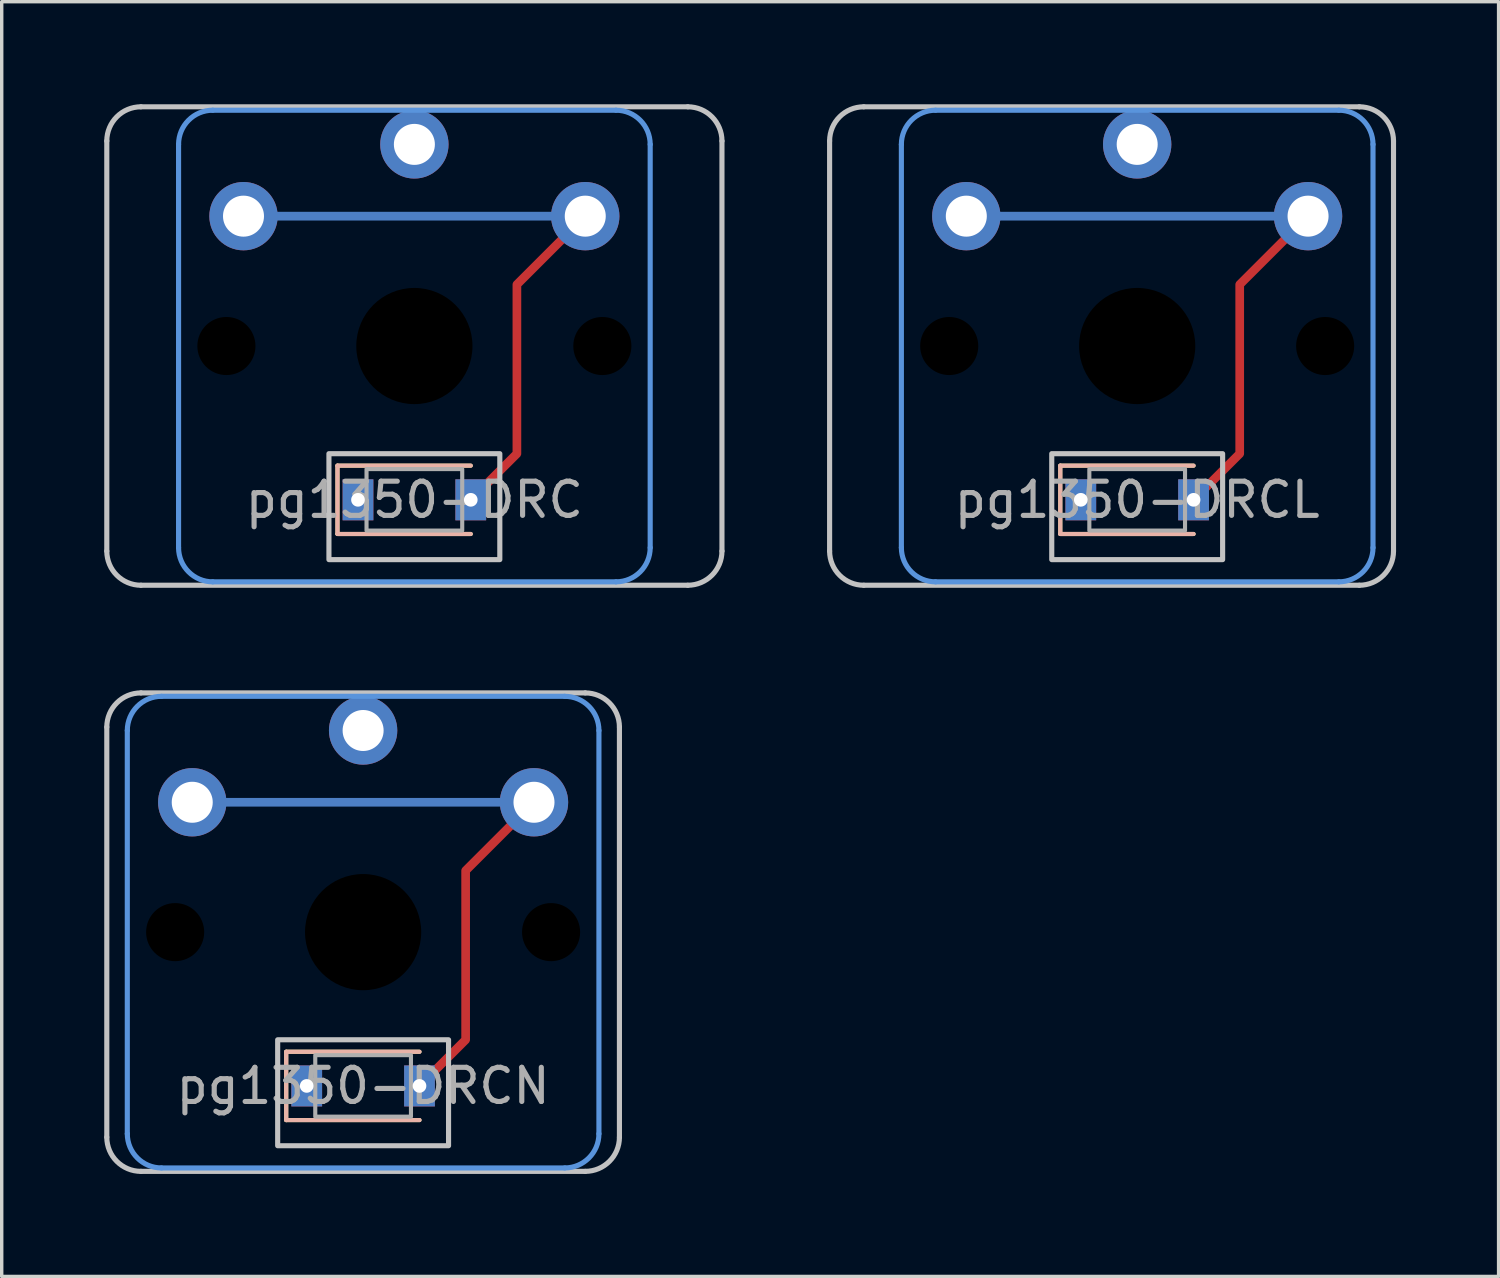
<source format=kicad_pcb>
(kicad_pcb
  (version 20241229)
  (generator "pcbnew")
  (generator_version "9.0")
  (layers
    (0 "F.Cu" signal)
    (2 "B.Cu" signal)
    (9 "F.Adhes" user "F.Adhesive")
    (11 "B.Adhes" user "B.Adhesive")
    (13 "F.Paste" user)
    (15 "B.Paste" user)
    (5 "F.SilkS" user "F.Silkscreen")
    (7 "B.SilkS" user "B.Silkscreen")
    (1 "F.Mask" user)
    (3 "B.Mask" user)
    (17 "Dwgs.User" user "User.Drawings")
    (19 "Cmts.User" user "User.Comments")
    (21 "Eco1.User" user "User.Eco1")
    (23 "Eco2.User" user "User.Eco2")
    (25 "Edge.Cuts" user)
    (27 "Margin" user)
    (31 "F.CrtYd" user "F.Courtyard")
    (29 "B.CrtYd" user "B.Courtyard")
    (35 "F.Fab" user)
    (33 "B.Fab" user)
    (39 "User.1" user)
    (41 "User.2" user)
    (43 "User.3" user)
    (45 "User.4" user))
  (footprint "pg1350-DRCL"
    (layer "F.Cu")
    (at 30.225 11.575)
    (property "Reference" "pg1350-DRCL" (at 0 0 0) (layer "F.Fab") (effects (font (size 1 1) (thickness 0.15))))
    (attr smd)
    (fp_line (start -2.25 -1) (end -2.25 1) (stroke (width 0.12) (type solid)) (layer "F.SilkS"))
    (fp_line (start -2.25 1) (end 1.65 1) (stroke (width 0.12) (type solid)) (layer "F.SilkS"))
    (fp_line (start 1.65 -1) (end -2.25 -1) (stroke (width 0.12) (type solid)) (layer "F.SilkS"))
    (fp_line (start -2.25 -1) (end -2.25 1) (stroke (width 0.12) (type solid)) (layer "B.SilkS"))
    (fp_line (start -2.25 1) (end 1.65 1) (stroke (width 0.12) (type solid)) (layer "B.SilkS"))
    (fp_line (start 1.65 -1) (end -2.25 -1) (stroke (width 0.12) (type solid)) (layer "B.SilkS"))
    (fp_line (start -9 1.5) (end -9 -10.5) (stroke (width 0.15) (type solid)) (layer "Dwgs.User"))
    (fp_line (start -8 -11.5) (end 6.5 -11.5) (stroke (width 0.15) (type solid)) (layer "Dwgs.User"))
    (fp_line (start 6.5 2.5) (end -8 2.5) (stroke (width 0.15) (type solid)) (layer "Dwgs.User"))
    (fp_line (start 7.5 -10.5) (end 7.5 1.5) (stroke (width 0.15) (type solid)) (layer "Dwgs.User"))
    (fp_rect (start 2.5 1.75) (end -2.5 -1.35) (stroke (width 0.15) (type solid)) (fill no) (layer "Dwgs.User"))
    (fp_arc (start -9 -10.5) (mid -8.707107 -11.207107) (end -8 -11.5) (stroke (width 0.15) (type solid)) (layer "Dwgs.User"))
    (fp_arc (start -8 2.5) (mid -8.707107 2.207107) (end -9 1.5) (stroke (width 0.15) (type solid)) (layer "Dwgs.User"))
    (fp_arc (start 6.5 -11.5) (mid 7.207107 -11.207107) (end 7.5 -10.5) (stroke (width 0.15) (type solid)) (layer "Dwgs.User"))
    (fp_arc (start 7.5 1.5) (mid 7.207107 2.207107) (end 6.5 2.5) (stroke (width 0.15) (type solid)) (layer "Dwgs.User"))
    (fp_line (start -6.9 1.4) (end -6.9 -10.4) (stroke (width 0.15) (type solid)) (layer "Cmts.User"))
    (fp_line (start -5.9 -11.4) (end 5.9 -11.4) (stroke (width 0.15) (type solid)) (layer "Cmts.User"))
    (fp_line (start 5.9 2.4) (end -5.9 2.4) (stroke (width 0.15) (type solid)) (layer "Cmts.User"))
    (fp_line (start 6.9 -10.4) (end 6.9 1.4) (stroke (width 0.15) (type solid)) (layer "Cmts.User"))
    (fp_arc (start -6.9 -10.4) (mid -6.607107 -11.107107) (end -5.9 -11.4) (stroke (width 0.15) (type solid)) (layer "Cmts.User"))
    (fp_arc (start -5.9 2.4) (mid -6.607107 2.107107) (end -6.9 1.4) (stroke (width 0.15) (type solid)) (layer "Cmts.User"))
    (fp_arc (start 5.9 -11.4) (mid 6.607107 -11.107107) (end 6.9 -10.4) (stroke (width 0.15) (type solid)) (layer "Cmts.User"))
    (fp_arc (start 6.9 1.4) (mid 6.607107 2.107107) (end 5.9 2.4) (stroke (width 0.15) (type solid)) (layer "Cmts.User"))
    (fp_rect (start 1.4 0.9) (end -1.4 -0.9) (stroke (width 0.12) (type solid)) (fill no) (layer "F.Fab"))
    (pad "" np_thru_hole circle (at -5.5 -4.5) (size 1.7 1.7) (drill 1.7) (layers "*.Mask"))
    (pad "" np_thru_hole circle (at 0 -4.5) (size 3.4 3.4) (drill 3.4) (layers "*.Mask"))
    (pad "" np_thru_hole circle (at 5.5 -4.5) (size 1.7 1.7) (drill 1.7) (layers "*.Mask"))
    (pad "1" thru_hole circle (at 0 -10.4) (size 2 2) (drill 1.2) (layers "*.Cu" "*.Mask"))
    (pad "2" thru_hole rect (at -1.65 0) (size 0.9 1.2) (drill 0.4) (layers "*.Cu" "*.Mask"))
    (pad "3" smd custom (at -5 -8.3) (size 0.254 0.254) (layers "B.Cu") (options (anchor circle)) (primitives (gr_line (start 0 0) (end 10 0) (width 0.254))))
    (pad "3" thru_hole circle (at -5 -8.3) (size 2 2) (drill 1.2) (layers "*.Cu" "F.Mask"))
    (pad "3" smd custom (at 1.65 0) (size 0.254 0.254) (layers "F.Cu") (options (anchor circle)) (primitives (gr_line (start 3.35 -8.3) (end 1.35 -6.3) (width 0.254)) (gr_line (start 1.35 -6.3) (end 1.35 -1.35) (width 0.254)) (gr_line (start 1.35 -1.35) (end 0 0) (width 0.254))))
    (pad "3" thru_hole rect (at 1.65 0) (size 0.9 1.2) (drill 0.4) (layers "*.Cu" "*.Mask"))
    (pad "3" thru_hole circle (at 5 -8.3) (size 2 2) (drill 1.2) (layers "*.Cu" "B.Mask")))
  (footprint "pg1350-DRCN"
    (layer "F.Cu")
    (at 7.575 28.725)
    (property "Reference" "pg1350-DRCN" (at 0 0 0) (layer "F.Fab") (effects (font (size 1 1) (thickness 0.15))))
    (attr smd)
    (fp_line (start -2.25 -1) (end -2.25 1) (stroke (width 0.12) (type solid)) (layer "F.SilkS"))
    (fp_line (start -2.25 1) (end 1.65 1) (stroke (width 0.12) (type solid)) (layer "F.SilkS"))
    (fp_line (start 1.65 -1) (end -2.25 -1) (stroke (width 0.12) (type solid)) (layer "F.SilkS"))
    (fp_line (start -2.25 -1) (end -2.25 1) (stroke (width 0.12) (type solid)) (layer "B.SilkS"))
    (fp_line (start -2.25 1) (end 1.65 1) (stroke (width 0.12) (type solid)) (layer "B.SilkS"))
    (fp_line (start 1.65 -1) (end -2.25 -1) (stroke (width 0.12) (type solid)) (layer "B.SilkS"))
    (fp_line (start -7.5 1.5) (end -7.5 -10.5) (stroke (width 0.15) (type solid)) (layer "Dwgs.User"))
    (fp_line (start -6.5 -11.5) (end 6.5 -11.5) (stroke (width 0.15) (type solid)) (layer "Dwgs.User"))
    (fp_line (start 6.5 2.5) (end -6.5 2.5) (stroke (width 0.15) (type solid)) (layer "Dwgs.User"))
    (fp_line (start 7.5 -10.5) (end 7.5 1.5) (stroke (width 0.15) (type solid)) (layer "Dwgs.User"))
    (fp_rect (start 2.5 1.75) (end -2.5 -1.35) (stroke (width 0.15) (type solid)) (fill no) (layer "Dwgs.User"))
    (fp_arc (start -7.5 -10.5) (mid -7.207107 -11.207107) (end -6.5 -11.5) (stroke (width 0.15) (type solid)) (layer "Dwgs.User"))
    (fp_arc (start -6.5 2.5) (mid -7.207107 2.207107) (end -7.5 1.5) (stroke (width 0.15) (type solid)) (layer "Dwgs.User"))
    (fp_arc (start 6.5 -11.5) (mid 7.207107 -11.207107) (end 7.5 -10.5) (stroke (width 0.15) (type solid)) (layer "Dwgs.User"))
    (fp_arc (start 7.5 1.5) (mid 7.207107 2.207107) (end 6.5 2.5) (stroke (width 0.15) (type solid)) (layer "Dwgs.User"))
    (fp_line (start -6.9 1.4) (end -6.9 -10.4) (stroke (width 0.15) (type solid)) (layer "Cmts.User"))
    (fp_line (start -5.9 -11.4) (end 5.9 -11.4) (stroke (width 0.15) (type solid)) (layer "Cmts.User"))
    (fp_line (start 5.9 2.4) (end -5.9 2.4) (stroke (width 0.15) (type solid)) (layer "Cmts.User"))
    (fp_line (start 6.9 -10.4) (end 6.9 1.4) (stroke (width 0.15) (type solid)) (layer "Cmts.User"))
    (fp_arc (start -6.9 -10.4) (mid -6.607107 -11.107107) (end -5.9 -11.4) (stroke (width 0.15) (type solid)) (layer "Cmts.User"))
    (fp_arc (start -5.9 2.4) (mid -6.607107 2.107107) (end -6.9 1.4) (stroke (width 0.15) (type solid)) (layer "Cmts.User"))
    (fp_arc (start 5.9 -11.4) (mid 6.607107 -11.107107) (end 6.9 -10.4) (stroke (width 0.15) (type solid)) (layer "Cmts.User"))
    (fp_arc (start 6.9 1.4) (mid 6.607107 2.107107) (end 5.9 2.4) (stroke (width 0.15) (type solid)) (layer "Cmts.User"))
    (fp_rect (start 1.4 0.9) (end -1.4 -0.9) (stroke (width 0.12) (type solid)) (fill no) (layer "F.Fab"))
    (pad "" np_thru_hole circle (at -5.5 -4.5) (size 1.7 1.7) (drill 1.7) (layers "*.Mask"))
    (pad "" np_thru_hole circle (at 0 -4.5) (size 3.4 3.4) (drill 3.4) (layers "*.Mask"))
    (pad "" np_thru_hole circle (at 5.5 -4.5) (size 1.7 1.7) (drill 1.7) (layers "*.Mask"))
    (pad "1" thru_hole circle (at 0 -10.4) (size 2 2) (drill 1.2) (layers "*.Cu" "*.Mask"))
    (pad "2" thru_hole rect (at -1.65 0) (size 0.9 1.2) (drill 0.4) (layers "*.Cu" "*.Mask"))
    (pad "3" smd custom (at -5 -8.3) (size 0.254 0.254) (layers "B.Cu") (options (anchor circle)) (primitives (gr_line (start 0 0) (end 10 0) (width 0.254))))
    (pad "3" thru_hole circle (at -5 -8.3) (size 2 2) (drill 1.2) (layers "*.Cu" "F.Mask"))
    (pad "3" smd custom (at 1.65 0) (size 0.254 0.254) (layers "F.Cu") (options (anchor circle)) (primitives (gr_line (start 3.35 -8.3) (end 1.35 -6.3) (width 0.254)) (gr_line (start 1.35 -6.3) (end 1.35 -1.35) (width 0.254)) (gr_line (start 1.35 -1.35) (end 0 0) (width 0.254))))
    (pad "3" thru_hole rect (at 1.65 0) (size 0.9 1.2) (drill 0.4) (layers "*.Cu" "*.Mask"))
    (pad "3" thru_hole circle (at 5 -8.3) (size 2 2) (drill 1.2) (layers "*.Cu" "B.Mask")))
  (footprint "pg1350-DRC"
    (layer "F.Cu")
    (at 9.075 11.575)
    (property "Reference" "pg1350-DRC" (at 0 0 0) (layer "F.Fab") (effects (font (size 1 1) (thickness 0.15))))
    (attr smd)
    (fp_line (start -2.25 -1) (end -2.25 1) (stroke (width 0.12) (type solid)) (layer "F.SilkS"))
    (fp_line (start -2.25 1) (end 1.65 1) (stroke (width 0.12) (type solid)) (layer "F.SilkS"))
    (fp_line (start 1.65 -1) (end -2.25 -1) (stroke (width 0.12) (type solid)) (layer "F.SilkS"))
    (fp_line (start -2.25 -1) (end -2.25 1) (stroke (width 0.12) (type solid)) (layer "B.SilkS"))
    (fp_line (start -2.25 1) (end 1.65 1) (stroke (width 0.12) (type solid)) (layer "B.SilkS"))
    (fp_line (start 1.65 -1) (end -2.25 -1) (stroke (width 0.12) (type solid)) (layer "B.SilkS"))
    (fp_line (start -9 1.5) (end -9 -10.5) (stroke (width 0.15) (type solid)) (layer "Dwgs.User"))
    (fp_line (start -8 -11.5) (end 8 -11.5) (stroke (width 0.15) (type solid)) (layer "Dwgs.User"))
    (fp_line (start 8 2.5) (end -8 2.5) (stroke (width 0.15) (type solid)) (layer "Dwgs.User"))
    (fp_line (start 9 -10.5) (end 9 1.5) (stroke (width 0.15) (type solid)) (layer "Dwgs.User"))
    (fp_rect (start 2.5 1.75) (end -2.5 -1.35) (stroke (width 0.15) (type solid)) (fill no) (layer "Dwgs.User"))
    (fp_arc (start -9 -10.5) (mid -8.707107 -11.207107) (end -8 -11.5) (stroke (width 0.15) (type solid)) (layer "Dwgs.User"))
    (fp_arc (start -8 2.5) (mid -8.707107 2.207107) (end -9 1.5) (stroke (width 0.15) (type solid)) (layer "Dwgs.User"))
    (fp_arc (start 8 -11.5) (mid 8.707107 -11.207107) (end 9 -10.5) (stroke (width 0.15) (type solid)) (layer "Dwgs.User"))
    (fp_arc (start 9 1.5) (mid 8.707107 2.207107) (end 8 2.5) (stroke (width 0.15) (type solid)) (layer "Dwgs.User"))
    (fp_line (start -6.9 1.4) (end -6.9 -10.4) (stroke (width 0.15) (type solid)) (layer "Cmts.User"))
    (fp_line (start -5.9 -11.4) (end 5.9 -11.4) (stroke (width 0.15) (type solid)) (layer "Cmts.User"))
    (fp_line (start 5.9 2.4) (end -5.9 2.4) (stroke (width 0.15) (type solid)) (layer "Cmts.User"))
    (fp_line (start 6.9 -10.4) (end 6.9 1.4) (stroke (width 0.15) (type solid)) (layer "Cmts.User"))
    (fp_arc (start -6.9 -10.4) (mid -6.607107 -11.107107) (end -5.9 -11.4) (stroke (width 0.15) (type solid)) (layer "Cmts.User"))
    (fp_arc (start -5.9 2.4) (mid -6.607107 2.107107) (end -6.9 1.4) (stroke (width 0.15) (type solid)) (layer "Cmts.User"))
    (fp_arc (start 5.9 -11.4) (mid 6.607107 -11.107107) (end 6.9 -10.4) (stroke (width 0.15) (type solid)) (layer "Cmts.User"))
    (fp_arc (start 6.9 1.4) (mid 6.607107 2.107107) (end 5.9 2.4) (stroke (width 0.15) (type solid)) (layer "Cmts.User"))
    (fp_rect (start 1.4 0.9) (end -1.4 -0.9) (stroke (width 0.12) (type solid)) (fill no) (layer "F.Fab"))
    (pad "" np_thru_hole circle (at -5.5 -4.5) (size 1.7 1.7) (drill 1.7) (layers "*.Mask"))
    (pad "" np_thru_hole circle (at 0 -4.5) (size 3.4 3.4) (drill 3.4) (layers "*.Mask"))
    (pad "" np_thru_hole circle (at 5.5 -4.5) (size 1.7 1.7) (drill 1.7) (layers "*.Mask"))
    (pad "1" thru_hole circle (at 0 -10.4) (size 2 2) (drill 1.2) (layers "*.Cu" "*.Mask"))
    (pad "2" thru_hole rect (at -1.65 0) (size 0.9 1.2) (drill 0.4) (layers "*.Cu" "*.Mask"))
    (pad "3" smd custom (at -5 -8.3) (size 0.254 0.254) (layers "B.Cu") (options (anchor circle)) (primitives (gr_line (start 0 0) (end 10 0) (width 0.254))))
    (pad "3" thru_hole circle (at -5 -8.3) (size 2 2) (drill 1.2) (layers "*.Cu" "F.Mask"))
    (pad "3" smd custom (at 1.65 0) (size 0.254 0.254) (layers "F.Cu") (options (anchor circle)) (primitives (gr_line (start 3.35 -8.3) (end 1.35 -6.3) (width 0.254)) (gr_line (start 1.35 -6.3) (end 1.35 -1.35) (width 0.254)) (gr_line (start 1.35 -1.35) (end 0 0) (width 0.254))))
    (pad "3" thru_hole rect (at 1.65 0) (size 0.9 1.2) (drill 0.4) (layers "*.Cu" "*.Mask"))
    (pad "3" thru_hole circle (at 5 -8.3) (size 2 2) (drill 1.2) (layers "*.Cu" "B.Mask")))
  (gr_rect
    (start -3 -3)
    (end 40.8 34.3)
    (stroke (width 0.1) (type default))
    (fill no)
    (layer "Edge.Cuts")))
</source>
